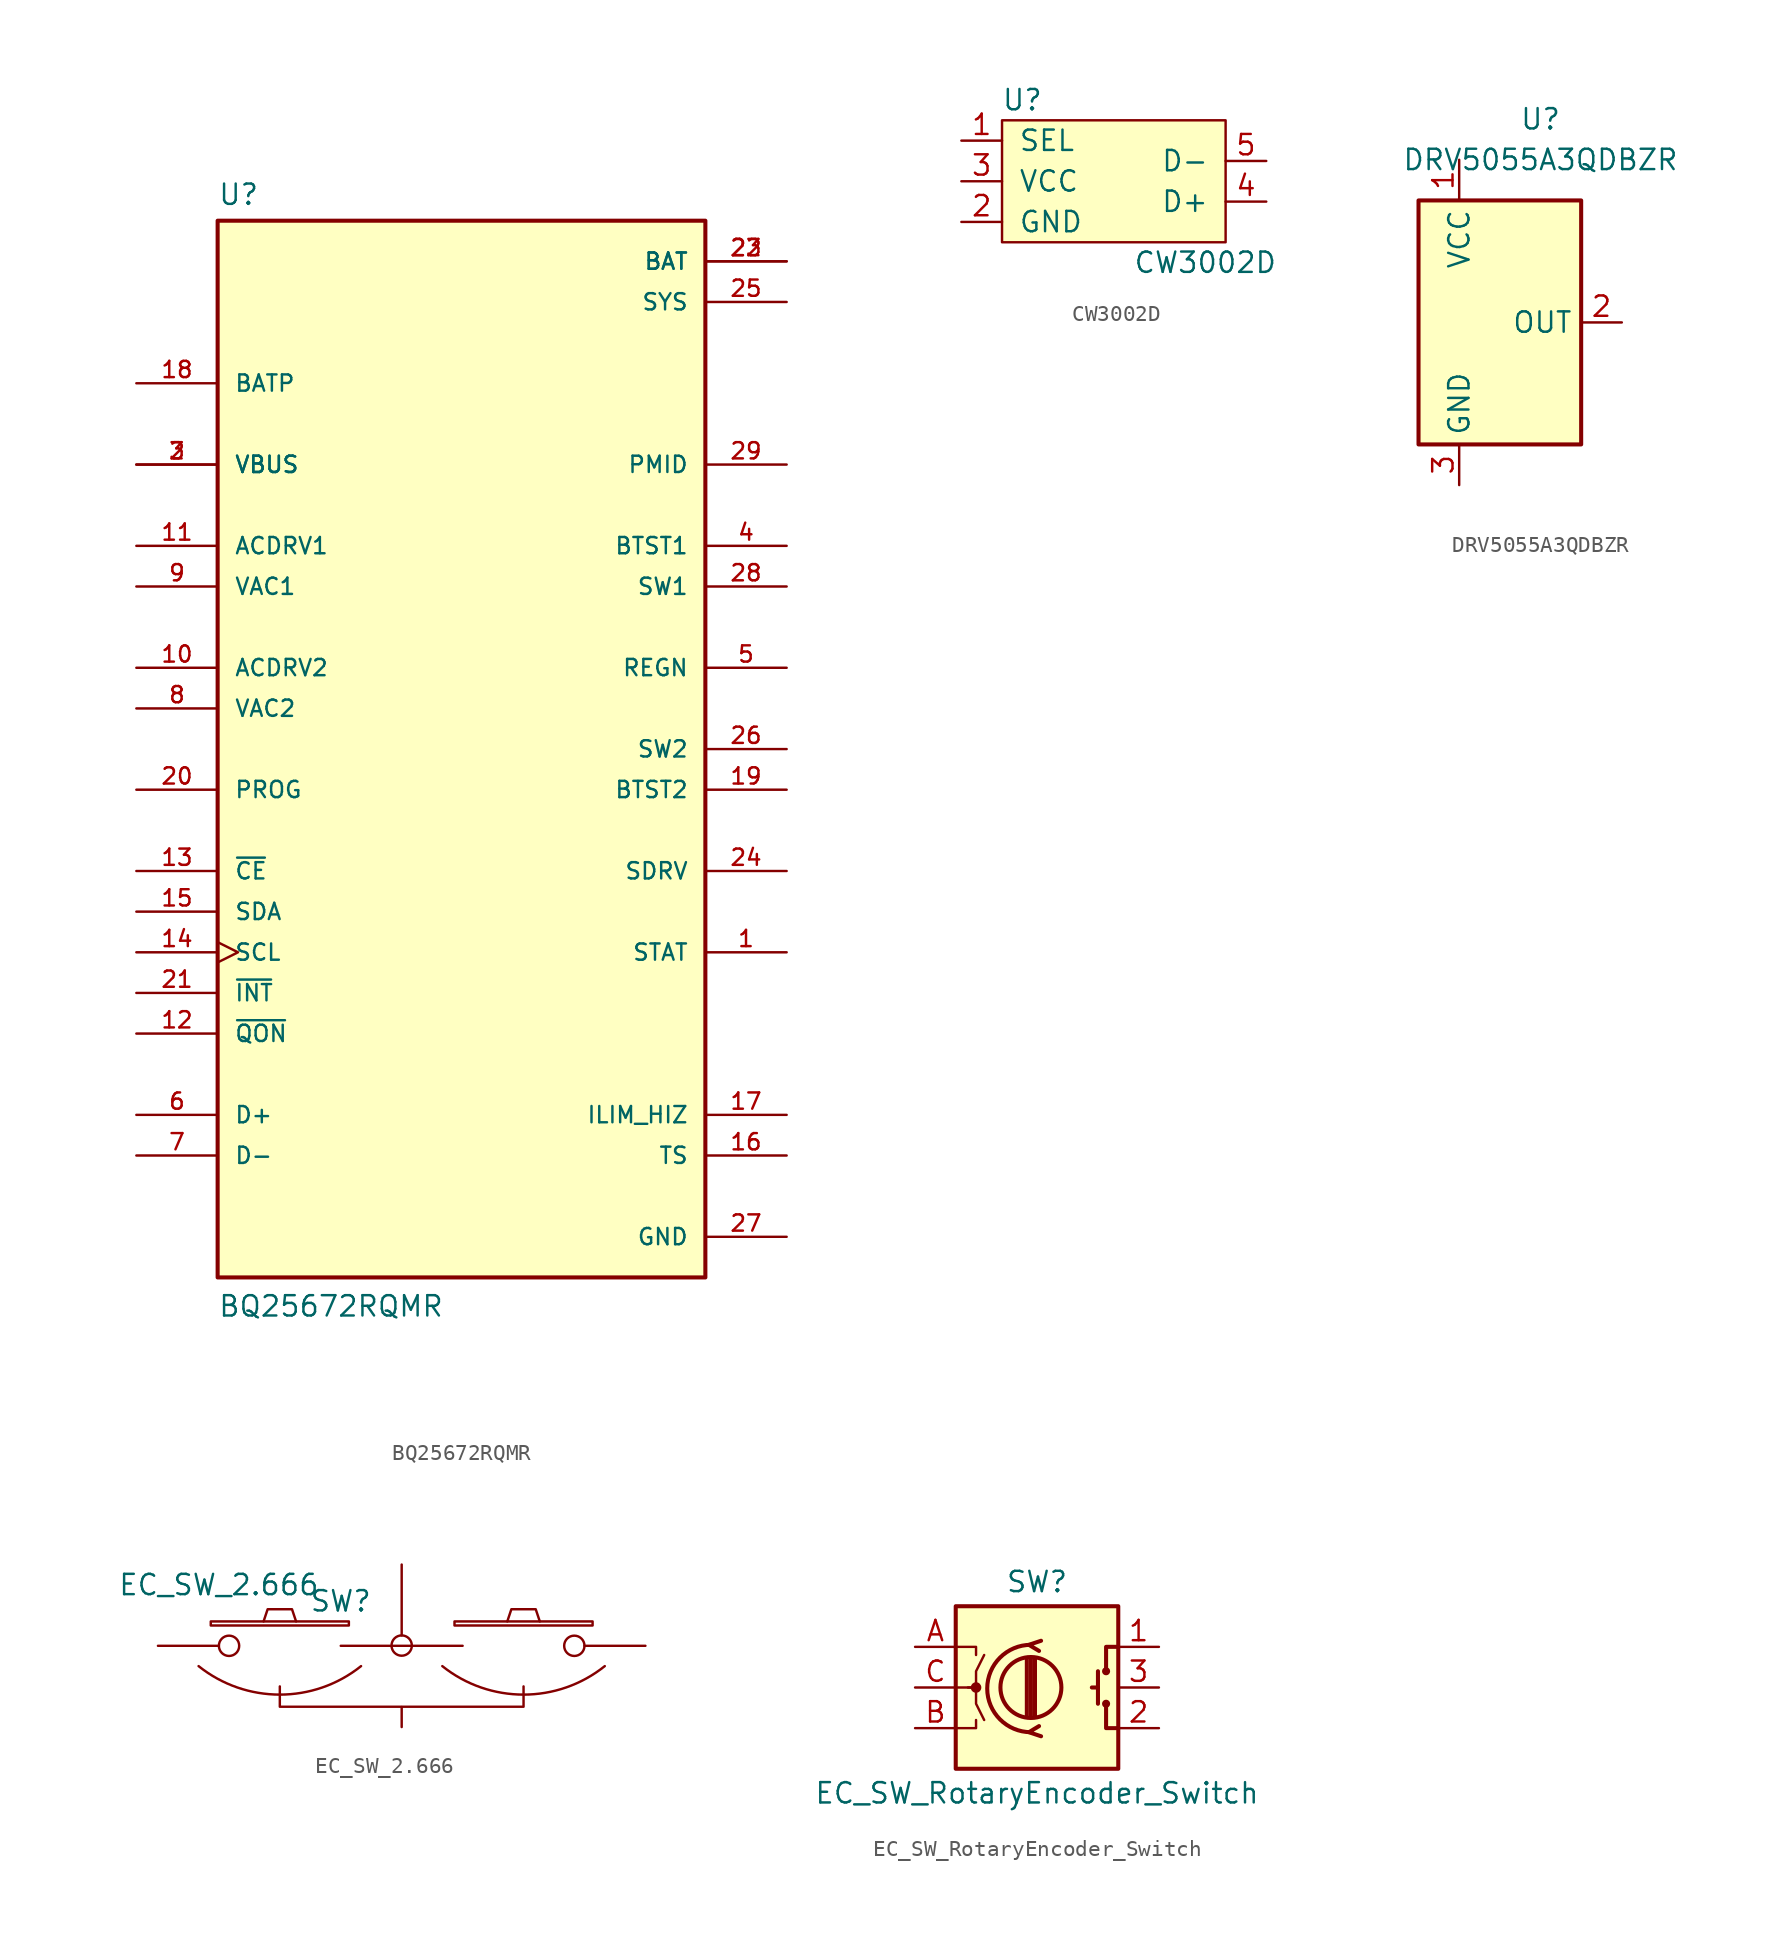
<source format=kicad_sym>
(kicad_symbol_lib
  (version 20231120)
  (generator "kicad_symbol_editor")
  (generator_version "8.0")
  (symbol "BQ25672RQMR"
    (pin_names
      (offset 1.016))
    (property "Reference" "U"
      (at -15.24 33.909 0)
      (effects (font (size 1.27 1.27)) (justify left bottom)))
    (property "Value" "BQ25672RQMR"
      (at -15.24 -35.56 0)
      (effects (font (size 1.27 1.27)) (justify left bottom)))
    (symbol "BQ25672RQMR_0_0"
      (rectangle (start -15.24 -33.02) (end 15.24 33.02) (stroke (width 0.254) (type default)) (fill (type background)))
      (pin output line (at 20.32 -12.7 180) (length 5.08) (name "STAT" (effects (font (size 1.016 1.016)))) (number "1" (effects (font (size 1.016 1.016)))))
      (pin input line (at -20.32 5.08 0) (length 5.08) (name "ACDRV2" (effects (font (size 1.016 1.016)))) (number "10" (effects (font (size 1.016 1.016)))))
      (pin input line (at -20.32 12.7 0) (length 5.08) (name "ACDRV1" (effects (font (size 1.016 1.016)))) (number "11" (effects (font (size 1.016 1.016)))))
      (pin input line (at -20.32 -17.78 0) (length 5.08) (name "~{QON}" (effects (font (size 1.016 1.016)))) (number "12" (effects (font (size 1.016 1.016)))))
      (pin input line (at -20.32 -7.62 0) (length 5.08) (name "~{CE}" (effects (font (size 1.016 1.016)))) (number "13" (effects (font (size 1.016 1.016)))))
      (pin input clock (at -20.32 -12.7 0) (length 5.08) (name "SCL" (effects (font (size 1.016 1.016)))) (number "14" (effects (font (size 1.016 1.016)))))
      (pin bidirectional line (at -20.32 -10.16 0) (length 5.08) (name "SDA" (effects (font (size 1.016 1.016)))) (number "15" (effects (font (size 1.016 1.016)))))
      (pin passive line (at 20.32 -25.4 180) (length 5.08) (name "TS" (effects (font (size 1.016 1.016)))) (number "16" (effects (font (size 1.016 1.016)))))
      (pin passive line (at 20.32 -22.86 180) (length 5.08) (name "ILIM_HIZ" (effects (font (size 1.016 1.016)))) (number "17" (effects (font (size 1.016 1.016)))))
      (pin input line (at -20.32 22.86 0) (length 5.08) (name "BATP" (effects (font (size 1.016 1.016)))) (number "18" (effects (font (size 1.016 1.016)))))
      (pin passive line (at 20.32 -2.54 180) (length 5.08) (name "BTST2" (effects (font (size 1.016 1.016)))) (number "19" (effects (font (size 1.016 1.016)))))
      (pin input line (at -20.32 17.78 0) (length 5.08) (name "VBUS" (effects (font (size 1.016 1.016)))) (number "2" (effects (font (size 1.016 1.016)))))
      (pin input line (at -20.32 -2.54 0) (length 5.08) (name "PROG" (effects (font (size 1.016 1.016)))) (number "20" (effects (font (size 1.016 1.016)))))
      (pin output line (at -20.32 -15.24 0) (length 5.08) (name "~{INT}" (effects (font (size 1.016 1.016)))) (number "21" (effects (font (size 1.016 1.016)))))
      (pin power_in line (at 20.32 30.48 180) (length 5.08) (name "BAT" (effects (font (size 1.016 1.016)))) (number "22" (effects (font (size 1.016 1.016)))))
      (pin power_in line (at 20.32 30.48 180) (length 5.08) (name "BAT" (effects (font (size 1.016 1.016)))) (number "23" (effects (font (size 1.016 1.016)))))
      (pin output line (at 20.32 -7.62 180) (length 5.08) (name "SDRV" (effects (font (size 1.016 1.016)))) (number "24" (effects (font (size 1.016 1.016)))))
      (pin power_in line (at 20.32 27.94 180) (length 5.08) (name "SYS" (effects (font (size 1.016 1.016)))) (number "25" (effects (font (size 1.016 1.016)))))
      (pin passive line (at 20.32 0 180) (length 5.08) (name "SW2" (effects (font (size 1.016 1.016)))) (number "26" (effects (font (size 1.016 1.016)))))
      (pin power_in line (at 20.32 -30.48 180) (length 5.08) (name "GND" (effects (font (size 1.016 1.016)))) (number "27" (effects (font (size 1.016 1.016)))))
      (pin passive line (at 20.32 10.16 180) (length 5.08) (name "SW1" (effects (font (size 1.016 1.016)))) (number "28" (effects (font (size 1.016 1.016)))))
      (pin input line (at 20.32 17.78 180) (length 5.08) (name "PMID" (effects (font (size 1.016 1.016)))) (number "29" (effects (font (size 1.016 1.016)))))
      (pin input line (at -20.32 17.78 0) (length 5.08) (name "VBUS" (effects (font (size 1.016 1.016)))) (number "3" (effects (font (size 1.016 1.016)))))
      (pin passive line (at 20.32 12.7 180) (length 5.08) (name "BTST1" (effects (font (size 1.016 1.016)))) (number "4" (effects (font (size 1.016 1.016)))))
      (pin output line (at 20.32 5.08 180) (length 5.08) (name "REGN" (effects (font (size 1.016 1.016)))) (number "5" (effects (font (size 1.016 1.016)))))
      (pin bidirectional line (at -20.32 -22.86 0) (length 5.08) (name "D+" (effects (font (size 1.016 1.016)))) (number "6" (effects (font (size 1.016 1.016)))))
      (pin bidirectional line (at -20.32 -25.4 0) (length 5.08) (name "D-" (effects (font (size 1.016 1.016)))) (number "7" (effects (font (size 1.016 1.016)))))
      (pin input line (at -20.32 2.54 0) (length 5.08) (name "VAC2" (effects (font (size 1.016 1.016)))) (number "8" (effects (font (size 1.016 1.016)))))
      (pin input line (at -20.32 10.16 0) (length 5.08) (name "VAC1" (effects (font (size 1.016 1.016)))) (number "9" (effects (font (size 1.016 1.016)))))))
  (symbol "CW3002D"
    (pin_names
      (offset 1.016))
    (property "Reference" "U"
      (at -6.35 5.08 0)
      (effects (font (size 1.27 1.27))))
    (property "Value" "CW3002D"
      (at 5.08 -5.08 0)
      (effects (font (size 1.27 1.27))))
    (symbol "CW3002D_0_1"
      (rectangle (start -7.62 3.81) (end 6.35 -3.81) (stroke (width 0) (type default)) (fill (type background))))
    (symbol "CW3002D_1_1"
      (pin input line (at -10.16 2.54 0) (length 2.54) (name "SEL" (effects (font (size 1.27 1.27)))) (number "1" (effects (font (size 1.27 1.27)))))
      (pin power_in line (at -10.16 -2.54 0) (length 2.54) (name "GND" (effects (font (size 1.27 1.27)))) (number "2" (effects (font (size 1.27 1.27)))))
      (pin power_in line (at -10.16 0 0) (length 2.54) (name "VCC" (effects (font (size 1.27 1.27)))) (number "3" (effects (font (size 1.27 1.27)))))
      (pin output line (at 8.89 -1.27 180) (length 2.54) (name "D+" (effects (font (size 1.27 1.27)))) (number "4" (effects (font (size 1.27 1.27)))))
      (pin output line (at 8.89 1.27 180) (length 2.54) (name "D-" (effects (font (size 1.27 1.27)))) (number "5" (effects (font (size 1.27 1.27)))))))
  (symbol "DRV5055A3QDBZR"
    (property "Reference" "U"
      (at 2.54 12.7 0)
      (effects (font (size 1.27 1.27))))
    (property "Value" "DRV5055A3QDBZR"
      (at 2.54 10.16 0)
      (effects (font (size 1.27 1.27))))
    (symbol "DRV5055A3QDBZR_1_1"
      (rectangle (start -5.08 7.62) (end 5.08 -7.62) (stroke (width 0.254) (type default)) (fill (type background)))
      (pin power_in line (at -2.54 10.16 270) (length 2.54) (name "VCC" (effects (font (size 1.27 1.27)))) (number "1" (effects (font (size 1.27 1.27)))))
      (pin output line (at 7.62 0 180) (length 2.54) (name "OUT" (effects (font (size 1.27 1.27)))) (number "2" (effects (font (size 1.27 1.27)))))
      (pin power_in line (at -2.54 -10.16 90) (length 2.54) (name "GND" (effects (font (size 1.27 1.27)))) (number "3" (effects (font (size 1.27 1.27)))))))
  (symbol "EC_SW_2.666"
    (pin_numbers hide)
    (pin_names
      (offset 1.016) hide)
    (property "Reference" "SW"
      (at 3.81 2.794 0)
      (effects (font (size 1.27 1.27))))
    (property "Value" "EC_SW_2.666"
      (at -3.81 3.81 0)
      (effects (font (size 1.27 1.27))))
    (property "Footprint" ""
      (at 0 0 0)
      (effects (font (size 1.27 1.27))))
    (property "Datasheet" ""
      (at 0 0 0)
      (effects (font (size 1.27 1.27))))
    (symbol "EC_SW_2.666_0_1"
      (arc (start -5.08 -1.27) (mid 0 -3.052) (end 5.08 -1.27) (stroke (width 0) (type default)) (fill (type none)))
      (rectangle (start -4.318 1.27) (end 4.318 1.524) (stroke (width 0) (type default)) (fill (type none)))
      (polyline (pts (xy 11.43 0) (xy 3.81 0)) (stroke (width 0) (type default)) (fill (type none)))
      (polyline (pts (xy -1.016 1.524) (xy -0.762 2.286) (xy 0.762 2.286) (xy 1.016 1.524)) (stroke (width 0) (type default)) (fill (type none)))
      (polyline (pts (xy 0 -2.54) (xy 0 -3.81) (xy 15.24 -3.81) (xy 15.24 -2.54)) (stroke (width 0) (type default)) (fill (type none)))
      (polyline (pts (xy 14.224 1.524) (xy 14.478 2.286) (xy 16.002 2.286) (xy 16.256 1.524)) (stroke (width 0) (type default)) (fill (type none)))
      (arc (start 10.16 -1.27) (mid 15.24 -3.052) (end 20.32 -1.27) (stroke (width 0) (type default)) (fill (type none)))
      (rectangle (start 10.922 1.27) (end 19.558 1.524) (stroke (width 0) (type default)) (fill (type none)))
      (pin passive inverted (at -7.62 0 0) (length 5.08) (name "1" (effects (font (size 1.27 1.27)))) (number "1" (effects (font (size 1.27 1.27)))))
      (pin passive inverted (at 7.62 5.08 270) (length 5.7) (name "2" (effects (font (size 1.27 1.27)))) (number "2" (effects (font (size 1.27 1.27)))))
      (pin passive inverted (at 22.86 0 180) (length 5.08) (name "3" (effects (font (size 1.27 1.27)))) (number "3" (effects (font (size 1.27 1.27))))))
    (symbol "EC_SW_2.666_1_1"
      (pin input line (at 7.62 -5.08 90) (length 1.25) (name "SG" (effects (font (size 1.27 1.27)))) (number "4" (effects (font (size 1.27 1.27)))))))
  (symbol "EC_SW_RotaryEncoder_Switch"
    (pin_names
      (offset 0.254) hide)
    (property "Reference" "SW"
      (at 0 6.604 0)
      (effects (font (size 1.27 1.27))))
    (property "Value" "EC_SW_RotaryEncoder_Switch"
      (at 0 -6.604 0)
      (effects (font (size 1.27 1.27))))
    (symbol "EC_SW_RotaryEncoder_Switch_0_1"
      (rectangle (start -5.08 5.08) (end 5.08 -5.08) (stroke (width 0.254) (type default)) (fill (type background)))
      (circle (center -3.81 0) (radius 0.254) (stroke (width 0) (type default)) (fill (type outline)))
      (circle (center -0.381 0) (radius 1.905) (stroke (width 0.254) (type default)) (fill (type none)))
      (arc (start -0.381 2.667) (mid -3.0988 -0.0635) (end -0.381 -2.794) (stroke (width 0.254) (type default)) (fill (type none)))
      (polyline (pts (xy -0.635 -1.778) (xy -0.635 1.778)) (stroke (width 0.254) (type default)) (fill (type none)))
      (polyline (pts (xy -0.381 -1.778) (xy -0.381 1.778)) (stroke (width 0.254) (type default)) (fill (type none)))
      (polyline (pts (xy -0.127 1.778) (xy -0.127 -1.778)) (stroke (width 0.254) (type default)) (fill (type none)))
      (polyline (pts (xy 3.81 0) (xy 3.429 0)) (stroke (width 0.254) (type default)) (fill (type none)))
      (polyline (pts (xy 3.81 1.016) (xy 3.81 -1.016)) (stroke (width 0.254) (type default)) (fill (type none)))
      (polyline (pts (xy -5.08 -2.54) (xy -3.81 -2.54) (xy -3.81 -2.032)) (stroke (width 0) (type default)) (fill (type none)))
      (polyline (pts (xy -5.08 2.54) (xy -3.81 2.54) (xy -3.81 2.032)) (stroke (width 0) (type default)) (fill (type none)))
      (polyline (pts (xy 0.254 -3.048) (xy -0.508 -2.794) (xy 0.127 -2.413)) (stroke (width 0.254) (type default)) (fill (type none)))
      (polyline (pts (xy 0.254 2.921) (xy -0.508 2.667) (xy 0.127 2.286)) (stroke (width 0.254) (type default)) (fill (type none)))
      (polyline (pts (xy 5.08 -2.54) (xy 4.318 -2.54) (xy 4.318 -1.016)) (stroke (width 0.254) (type default)) (fill (type none)))
      (polyline (pts (xy 5.08 2.54) (xy 4.318 2.54) (xy 4.318 1.016)) (stroke (width 0.254) (type default)) (fill (type none)))
      (polyline (pts (xy -5.08 0) (xy -3.81 0) (xy -3.81 -1.016) (xy -3.302 -2.032)) (stroke (width 0) (type default)) (fill (type none)))
      (polyline (pts (xy -4.318 0) (xy -3.81 0) (xy -3.81 1.016) (xy -3.302 2.032)) (stroke (width 0) (type default)) (fill (type none)))
      (circle (center 4.318 -1.016) (radius 0.127) (stroke (width 0.254) (type default)) (fill (type none)))
      (circle (center 4.318 1.016) (radius 0.127) (stroke (width 0.254) (type default)) (fill (type none))))
    (symbol "EC_SW_RotaryEncoder_Switch_1_1"
      (pin passive line (at 7.62 2.54 180) (length 2.54) (name "1" (effects (font (size 1.27 1.27)))) (number "1" (effects (font (size 1.27 1.27)))))
      (pin passive line (at 7.62 -2.54 180) (length 2.54) (name "2" (effects (font (size 1.27 1.27)))) (number "2" (effects (font (size 1.27 1.27)))))
      (pin passive line (at 7.62 0 180) (length 2.54) (name "3" (effects (font (size 1.27 1.27)))) (number "3" (effects (font (size 1.27 1.27)))))
      (pin passive line (at -7.62 2.54 0) (length 2.54) (name "A" (effects (font (size 1.27 1.27)))) (number "A" (effects (font (size 1.27 1.27)))))
      (pin passive line (at -7.62 -2.54 0) (length 2.54) (name "B" (effects (font (size 1.27 1.27)))) (number "B" (effects (font (size 1.27 1.27)))))
      (pin passive line (at -7.62 0 0) (length 2.54) (name "C" (effects (font (size 1.27 1.27)))) (number "C" (effects (font (size 1.27 1.27))))))))
</source>
